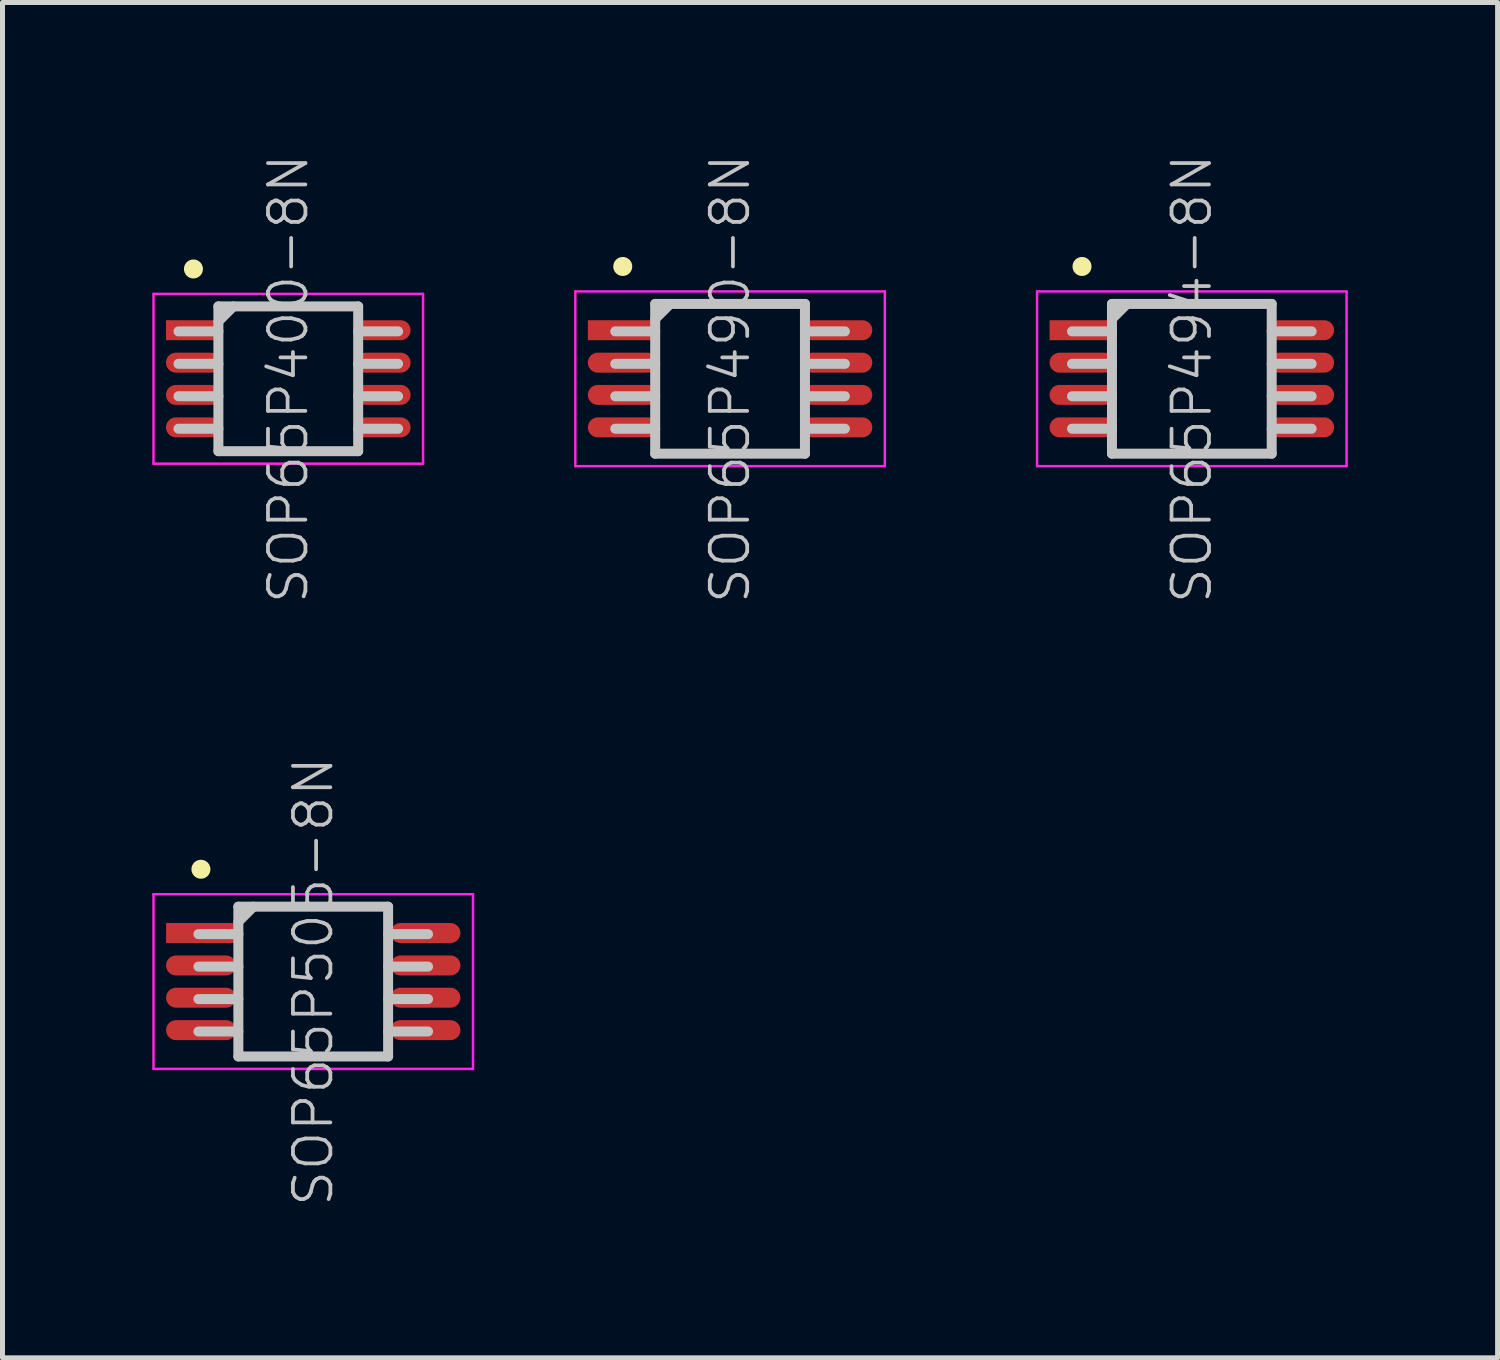
<source format=kicad_pcb>
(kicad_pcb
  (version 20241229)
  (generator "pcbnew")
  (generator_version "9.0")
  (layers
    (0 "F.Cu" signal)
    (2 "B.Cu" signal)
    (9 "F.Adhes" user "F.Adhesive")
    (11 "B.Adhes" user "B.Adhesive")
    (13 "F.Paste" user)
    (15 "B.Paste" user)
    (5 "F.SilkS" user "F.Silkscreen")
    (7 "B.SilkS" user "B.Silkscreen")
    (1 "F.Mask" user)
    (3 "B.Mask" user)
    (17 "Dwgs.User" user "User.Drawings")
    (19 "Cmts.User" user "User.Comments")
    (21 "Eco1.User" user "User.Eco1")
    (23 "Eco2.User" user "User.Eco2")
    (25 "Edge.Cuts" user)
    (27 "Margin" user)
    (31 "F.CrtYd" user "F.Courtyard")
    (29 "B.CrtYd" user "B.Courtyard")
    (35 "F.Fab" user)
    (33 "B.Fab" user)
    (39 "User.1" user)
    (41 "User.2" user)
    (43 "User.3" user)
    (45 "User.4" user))
  (footprint "SOP65P505-8N"
    (layer "F.Cu")
    (at 3.225 16.613)
    (property "Reference" "SOP65P505-8N" (at 0 0 90) (layer "Dwgs.User") (effects (font (size 0.75 0.75) (thickness 0.075))))
    (attr smd)
    (fp_line (start -2.25 -2.25) (end -2.25 -2.25) (stroke (width 0.381) (type solid)) (layer "F.SilkS"))
    (fp_line (start -1.5 -1.5) (end -1.5 1.5) (stroke (width 0.2) (type solid)) (layer "Dwgs.User"))
    (fp_line (start -1.5 -1.5) (end 1.5 -1.5) (stroke (width 0.2) (type solid)) (layer "Dwgs.User"))
    (fp_line (start -1.5 -1.2) (end -1.2 -1.5) (stroke (width 0.2) (type solid)) (layer "Dwgs.User"))
    (fp_line (start -1.5 -0.95) (end -2.3 -0.95) (stroke (width 0.2) (type solid)) (layer "Dwgs.User"))
    (fp_line (start -1.5 -0.3) (end -2.3 -0.3) (stroke (width 0.2) (type solid)) (layer "Dwgs.User"))
    (fp_line (start -1.5 0.35) (end -2.3 0.35) (stroke (width 0.2) (type solid)) (layer "Dwgs.User"))
    (fp_line (start -1.5 1) (end -2.3 1) (stroke (width 0.2) (type solid)) (layer "Dwgs.User"))
    (fp_line (start -1.5 1.5) (end 1.5 1.5) (stroke (width 0.2) (type solid)) (layer "Dwgs.User"))
    (fp_line (start 1.5 -1.5) (end 1.5 1.5) (stroke (width 0.2) (type solid)) (layer "Dwgs.User"))
    (fp_line (start 2.3 -0.95) (end 1.5 -0.95) (stroke (width 0.2) (type solid)) (layer "Dwgs.User"))
    (fp_line (start 2.3 -0.3) (end 1.5 -0.3) (stroke (width 0.2) (type solid)) (layer "Dwgs.User"))
    (fp_line (start 2.3 0.35) (end 1.5 0.35) (stroke (width 0.2) (type solid)) (layer "Dwgs.User"))
    (fp_line (start 2.3 1) (end 1.5 1) (stroke (width 0.2) (type solid)) (layer "Dwgs.User"))
    (fp_line (start -3.2 -1.75) (end -3.2 1.75) (stroke (width 0.05) (type solid)) (layer "F.CrtYd"))
    (fp_line (start -3.2 -1.75) (end 3.2 -1.75) (stroke (width 0.05) (type solid)) (layer "F.CrtYd"))
    (fp_line (start -3.2 1.75) (end 3.2 1.75) (stroke (width 0.05) (type solid)) (layer "F.CrtYd"))
    (fp_line (start 3.2 -1.75) (end 3.2 1.75) (stroke (width 0.05) (type solid)) (layer "F.CrtYd"))
    (pad "1" smd rect (at -2.248 -0.973 90) (size 0.4 1.4) (layers "F.Cu" "F.Mask" "F.Paste"))
    (pad "2" smd oval (at -2.248 -0.323 90) (size 0.4 1.4) (layers "F.Cu" "F.Mask" "F.Paste"))
    (pad "3" smd oval (at -2.248 0.323 90) (size 0.4 1.4) (layers "F.Cu" "F.Mask" "F.Paste"))
    (pad "4" smd oval (at -2.248 0.973 90) (size 0.4 1.4) (layers "F.Cu" "F.Mask" "F.Paste"))
    (pad "5" smd oval (at 2.248 0.973 270) (size 0.4 1.4) (layers "F.Cu" "F.Mask" "F.Paste"))
    (pad "6" smd oval (at 2.248 0.323 270) (size 0.4 1.4) (layers "F.Cu" "F.Mask" "F.Paste"))
    (pad "7" smd oval (at 2.248 -0.323 270) (size 0.4 1.4) (layers "F.Cu" "F.Mask" "F.Paste"))
    (pad "8" smd oval (at 2.248 -0.973 270) (size 0.4 1.4) (layers "F.Cu" "F.Mask" "F.Paste")))
  (footprint "SOP65P490-8N"
    (layer "F.Cu")
    (at 11.575 4.538)
    (property "Reference" "SOP65P490-8N" (at 0 0 90) (layer "Dwgs.User") (effects (font (size 0.75 0.75) (thickness 0.075))))
    (attr smd)
    (fp_line (start -2.15 -2.25) (end -2.15 -2.25) (stroke (width 0.381) (type solid)) (layer "F.SilkS"))
    (fp_line (start -1.5 -1.5) (end -1.5 1.5) (stroke (width 0.2) (type solid)) (layer "Dwgs.User"))
    (fp_line (start -1.5 -1.5) (end 1.5 -1.5) (stroke (width 0.2) (type solid)) (layer "Dwgs.User"))
    (fp_line (start -1.5 -1.2) (end -1.2 -1.5) (stroke (width 0.2) (type solid)) (layer "Dwgs.User"))
    (fp_line (start -1.5 -0.95) (end -2.3 -0.95) (stroke (width 0.2) (type solid)) (layer "Dwgs.User"))
    (fp_line (start -1.5 -0.3) (end -2.3 -0.3) (stroke (width 0.2) (type solid)) (layer "Dwgs.User"))
    (fp_line (start -1.5 0.35) (end -2.3 0.35) (stroke (width 0.2) (type solid)) (layer "Dwgs.User"))
    (fp_line (start -1.5 1) (end -2.3 1) (stroke (width 0.2) (type solid)) (layer "Dwgs.User"))
    (fp_line (start -1.5 1.5) (end 1.5 1.5) (stroke (width 0.2) (type solid)) (layer "Dwgs.User"))
    (fp_line (start 1.5 -1.5) (end 1.5 1.5) (stroke (width 0.2) (type solid)) (layer "Dwgs.User"))
    (fp_line (start 2.3 -0.95) (end 1.5 -0.95) (stroke (width 0.2) (type solid)) (layer "Dwgs.User"))
    (fp_line (start 2.3 -0.3) (end 1.5 -0.3) (stroke (width 0.2) (type solid)) (layer "Dwgs.User"))
    (fp_line (start 2.3 0.35) (end 1.5 0.35) (stroke (width 0.2) (type solid)) (layer "Dwgs.User"))
    (fp_line (start 2.3 1) (end 1.5 1) (stroke (width 0.2) (type solid)) (layer "Dwgs.User"))
    (fp_line (start -3.1 -1.75) (end -3.1 1.75) (stroke (width 0.05) (type solid)) (layer "F.CrtYd"))
    (fp_line (start -3.1 -1.75) (end 3.1 -1.75) (stroke (width 0.05) (type solid)) (layer "F.CrtYd"))
    (fp_line (start -3.1 1.75) (end 3.1 1.75) (stroke (width 0.05) (type solid)) (layer "F.CrtYd"))
    (fp_line (start 3.1 -1.75) (end 3.1 1.75) (stroke (width 0.05) (type solid)) (layer "F.CrtYd"))
    (pad "1" smd rect (at -2.149 -0.973 90) (size 0.4 1.4) (layers "F.Cu" "F.Mask" "F.Paste"))
    (pad "2" smd oval (at -2.149 -0.323 90) (size 0.4 1.4) (layers "F.Cu" "F.Mask" "F.Paste"))
    (pad "3" smd oval (at -2.149 0.323 90) (size 0.4 1.4) (layers "F.Cu" "F.Mask" "F.Paste"))
    (pad "4" smd oval (at -2.149 0.973 90) (size 0.4 1.4) (layers "F.Cu" "F.Mask" "F.Paste"))
    (pad "5" smd oval (at 2.149 0.973 270) (size 0.4 1.4) (layers "F.Cu" "F.Mask" "F.Paste"))
    (pad "6" smd oval (at 2.149 0.323 270) (size 0.4 1.4) (layers "F.Cu" "F.Mask" "F.Paste"))
    (pad "7" smd oval (at 2.149 -0.323 270) (size 0.4 1.4) (layers "F.Cu" "F.Mask" "F.Paste"))
    (pad "8" smd oval (at 2.149 -0.973 270) (size 0.4 1.4) (layers "F.Cu" "F.Mask" "F.Paste")))
  (footprint "SOP65P400-8N"
    (layer "F.Cu")
    (at 2.725 4.538)
    (property "Reference" "SOP65P400-8N" (at 0 0 90) (layer "Dwgs.User") (effects (font (size 0.75 0.75) (thickness 0.075))))
    (attr smd)
    (fp_line (start -1.9 -2.2) (end -1.9 -2.2) (stroke (width 0.381) (type solid)) (layer "F.SilkS"))
    (fp_line (start -1.4 -1.45) (end -1.4 1.45) (stroke (width 0.2) (type solid)) (layer "Dwgs.User"))
    (fp_line (start -1.4 -1.45) (end 1.4 -1.45) (stroke (width 0.2) (type solid)) (layer "Dwgs.User"))
    (fp_line (start -1.4 -1.15) (end -1.1 -1.45) (stroke (width 0.2) (type solid)) (layer "Dwgs.User"))
    (fp_line (start -1.4 -0.95) (end -2.2 -0.95) (stroke (width 0.2) (type solid)) (layer "Dwgs.User"))
    (fp_line (start -1.4 -0.3) (end -2.2 -0.3) (stroke (width 0.2) (type solid)) (layer "Dwgs.User"))
    (fp_line (start -1.4 0.35) (end -2.2 0.35) (stroke (width 0.2) (type solid)) (layer "Dwgs.User"))
    (fp_line (start -1.4 1) (end -2.2 1) (stroke (width 0.2) (type solid)) (layer "Dwgs.User"))
    (fp_line (start -1.4 1.45) (end 1.4 1.45) (stroke (width 0.2) (type solid)) (layer "Dwgs.User"))
    (fp_line (start 1.4 -1.45) (end 1.4 1.45) (stroke (width 0.2) (type solid)) (layer "Dwgs.User"))
    (fp_line (start 2.2 -0.95) (end 1.4 -0.95) (stroke (width 0.2) (type solid)) (layer "Dwgs.User"))
    (fp_line (start 2.2 -0.3) (end 1.4 -0.3) (stroke (width 0.2) (type solid)) (layer "Dwgs.User"))
    (fp_line (start 2.2 0.35) (end 1.4 0.35) (stroke (width 0.2) (type solid)) (layer "Dwgs.User"))
    (fp_line (start 2.2 1) (end 1.4 1) (stroke (width 0.2) (type solid)) (layer "Dwgs.User"))
    (fp_line (start -2.7 -1.7) (end -2.7 1.7) (stroke (width 0.05) (type solid)) (layer "F.CrtYd"))
    (fp_line (start -2.7 -1.7) (end 2.7 -1.7) (stroke (width 0.05) (type solid)) (layer "F.CrtYd"))
    (fp_line (start -2.7 1.7) (end 2.7 1.7) (stroke (width 0.05) (type solid)) (layer "F.CrtYd"))
    (fp_line (start 2.7 -1.7) (end 2.7 1.7) (stroke (width 0.05) (type solid)) (layer "F.CrtYd"))
    (pad "1" smd rect (at -1.9 -0.973 90) (size 0.4 1.1) (layers "F.Cu" "F.Mask" "F.Paste"))
    (pad "2" smd oval (at -1.9 -0.323 90) (size 0.4 1.1) (layers "F.Cu" "F.Mask" "F.Paste"))
    (pad "3" smd oval (at -1.9 0.323 90) (size 0.4 1.1) (layers "F.Cu" "F.Mask" "F.Paste"))
    (pad "4" smd oval (at -1.9 0.973 90) (size 0.4 1.1) (layers "F.Cu" "F.Mask" "F.Paste"))
    (pad "5" smd oval (at 1.9 0.973 270) (size 0.4 1.1) (layers "F.Cu" "F.Mask" "F.Paste"))
    (pad "6" smd oval (at 1.9 0.323 270) (size 0.4 1.1) (layers "F.Cu" "F.Mask" "F.Paste"))
    (pad "7" smd oval (at 1.9 -0.323 270) (size 0.4 1.1) (layers "F.Cu" "F.Mask" "F.Paste"))
    (pad "8" smd oval (at 1.9 -0.973 270) (size 0.4 1.1) (layers "F.Cu" "F.Mask" "F.Paste")))
  (footprint "SOP65P494-8N"
    (layer "F.Cu")
    (at 20.825 4.538)
    (property "Reference" "SOP65P494-8N" (at 0 0 90) (layer "Dwgs.User") (effects (font (size 0.75 0.75) (thickness 0.075))))
    (attr smd)
    (fp_line (start -2.2 -2.25) (end -2.2 -2.25) (stroke (width 0.381) (type solid)) (layer "F.SilkS"))
    (fp_line (start -1.6 -1.5) (end -1.6 1.5) (stroke (width 0.2) (type solid)) (layer "Dwgs.User"))
    (fp_line (start -1.6 -1.5) (end 1.6 -1.5) (stroke (width 0.2) (type solid)) (layer "Dwgs.User"))
    (fp_line (start -1.6 -1.2) (end -1.3 -1.5) (stroke (width 0.2) (type solid)) (layer "Dwgs.User"))
    (fp_line (start -1.6 -0.95) (end -2.4 -0.95) (stroke (width 0.2) (type solid)) (layer "Dwgs.User"))
    (fp_line (start -1.6 -0.3) (end -2.4 -0.3) (stroke (width 0.2) (type solid)) (layer "Dwgs.User"))
    (fp_line (start -1.6 0.35) (end -2.4 0.35) (stroke (width 0.2) (type solid)) (layer "Dwgs.User"))
    (fp_line (start -1.6 1) (end -2.4 1) (stroke (width 0.2) (type solid)) (layer "Dwgs.User"))
    (fp_line (start -1.6 1.5) (end 1.6 1.5) (stroke (width 0.2) (type solid)) (layer "Dwgs.User"))
    (fp_line (start 1.6 -1.5) (end 1.6 1.5) (stroke (width 0.2) (type solid)) (layer "Dwgs.User"))
    (fp_line (start 2.4 -0.95) (end 1.6 -0.95) (stroke (width 0.2) (type solid)) (layer "Dwgs.User"))
    (fp_line (start 2.4 -0.3) (end 1.6 -0.3) (stroke (width 0.2) (type solid)) (layer "Dwgs.User"))
    (fp_line (start 2.4 0.35) (end 1.6 0.35) (stroke (width 0.2) (type solid)) (layer "Dwgs.User"))
    (fp_line (start 2.4 1) (end 1.6 1) (stroke (width 0.2) (type solid)) (layer "Dwgs.User"))
    (fp_line (start -3.1 -1.75) (end -3.1 1.75) (stroke (width 0.05) (type solid)) (layer "F.CrtYd"))
    (fp_line (start -3.1 -1.75) (end 3.1 -1.75) (stroke (width 0.05) (type solid)) (layer "F.CrtYd"))
    (fp_line (start -3.1 1.75) (end 3.1 1.75) (stroke (width 0.05) (type solid)) (layer "F.CrtYd"))
    (fp_line (start 3.1 -1.75) (end 3.1 1.75) (stroke (width 0.05) (type solid)) (layer "F.CrtYd"))
    (pad "1" smd rect (at -2.2 -0.973 90) (size 0.4 1.3) (layers "F.Cu" "F.Mask" "F.Paste"))
    (pad "2" smd oval (at -2.2 -0.323 90) (size 0.4 1.3) (layers "F.Cu" "F.Mask" "F.Paste"))
    (pad "3" smd oval (at -2.2 0.323 90) (size 0.4 1.3) (layers "F.Cu" "F.Mask" "F.Paste"))
    (pad "4" smd oval (at -2.2 0.973 90) (size 0.4 1.3) (layers "F.Cu" "F.Mask" "F.Paste"))
    (pad "5" smd oval (at 2.2 0.973 270) (size 0.4 1.3) (layers "F.Cu" "F.Mask" "F.Paste"))
    (pad "6" smd oval (at 2.2 0.323 270) (size 0.4 1.3) (layers "F.Cu" "F.Mask" "F.Paste"))
    (pad "7" smd oval (at 2.2 -0.323 270) (size 0.4 1.3) (layers "F.Cu" "F.Mask" "F.Paste"))
    (pad "8" smd oval (at 2.2 -0.973 270) (size 0.4 1.3) (layers "F.Cu" "F.Mask" "F.Paste")))
  (gr_rect
    (start -3 -3)
    (end 26.95 24.15)
    (stroke (width 0.1) (type default))
    (fill no)
    (layer "Edge.Cuts")))
</source>
